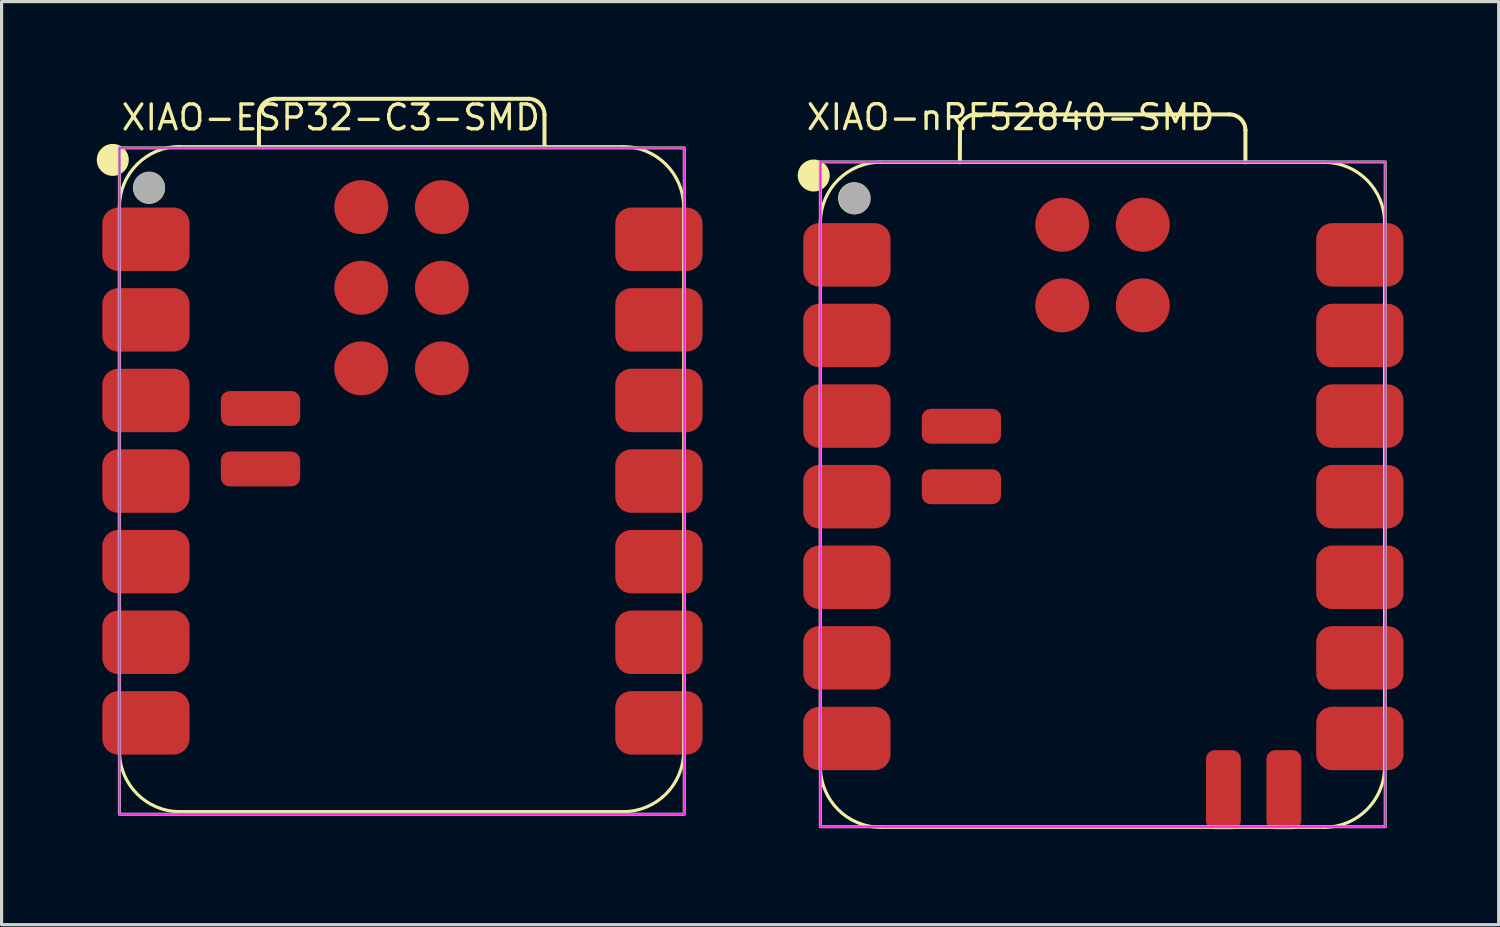
<source format=kicad_pcb>
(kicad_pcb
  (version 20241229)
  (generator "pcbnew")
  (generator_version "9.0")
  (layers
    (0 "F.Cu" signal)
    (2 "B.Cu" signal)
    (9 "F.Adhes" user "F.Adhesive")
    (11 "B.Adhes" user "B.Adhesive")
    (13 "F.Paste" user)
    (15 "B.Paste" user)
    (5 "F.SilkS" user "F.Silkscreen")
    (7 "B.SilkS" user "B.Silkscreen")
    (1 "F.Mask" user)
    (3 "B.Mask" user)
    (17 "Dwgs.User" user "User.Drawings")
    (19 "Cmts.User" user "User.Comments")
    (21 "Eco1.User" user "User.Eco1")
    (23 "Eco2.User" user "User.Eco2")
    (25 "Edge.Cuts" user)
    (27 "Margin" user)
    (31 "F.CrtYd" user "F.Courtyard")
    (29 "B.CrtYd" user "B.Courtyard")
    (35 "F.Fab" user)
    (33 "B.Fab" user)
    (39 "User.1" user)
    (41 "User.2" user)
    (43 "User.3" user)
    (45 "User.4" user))
  (footprint "XIAO-ESP32-C3-SMD"
    (layer "F.Cu")
    (at 9.549 12.07)
    (property "Reference" "XIAO-ESP32-C3-SMD" (at -8.835 -10.96 0) (layer "F.SilkS") (effects (font (size 0.782 0.782) (thickness 0.107)) (justify left bottom)))
    (fp_line (start -8.835 8.553) (end -8.835 -8.592) (stroke (width 0.1) (type solid)) (layer "F.SilkS"))
    (fp_line (start -6.93 10.458) (end 7.04 10.458) (stroke (width 0.1) (type solid)) (layer "F.SilkS"))
    (fp_line (start -4.44 -10.497) (end -4.436 -11.507) (stroke (width 0.127) (type solid)) (layer "F.SilkS"))
    (fp_line (start -3.936 -12.007) (end 4.059 -12.007) (stroke (width 0.127) (type solid)) (layer "F.SilkS"))
    (fp_line (start 4.559 -11.507) (end 4.559 -10.497) (stroke (width 0.127) (type solid)) (layer "F.SilkS"))
    (fp_line (start 7.04 -10.497) (end -6.93 -10.497) (stroke (width 0.1) (type solid)) (layer "F.SilkS"))
    (fp_line (start 8.945 8.553) (end 8.945 -8.592) (stroke (width 0.1) (type solid)) (layer "F.SilkS"))
    (fp_arc (start -8.835 -8.596) (mid -8.277038 -9.943038) (end -6.93 -10.501) (stroke (width 0.1) (type solid)) (layer "F.SilkS"))
    (fp_arc (start -6.93 10.458) (mid -8.277038 9.900038) (end -8.835 8.553) (stroke (width 0.1) (type solid)) (layer "F.SilkS"))
    (fp_arc (start -4.436272 -11.507272) (mid -4.289724 -11.860644) (end -3.936272 -12.007) (stroke (width 0.127) (type default)) (layer "F.SilkS"))
    (fp_arc (start 4.059 -12.007) (mid 4.412553 -11.860553) (end 4.559 -11.507) (stroke (width 0.127) (type default)) (layer "F.SilkS"))
    (fp_arc (start 7.04 -10.497) (mid 8.387038 -9.939038) (end 8.945 -8.592) (stroke (width 0.1) (type solid)) (layer "F.SilkS"))
    (fp_arc (start 8.945 8.553) (mid 8.387038 9.900038) (end 7.04 10.458) (stroke (width 0.1) (type solid)) (layer "F.SilkS"))
    (fp_circle (center -9.045 -10.081) (end -9.045 -10.335) (stroke (width 0.5) (type solid)) (fill yes) (layer "F.SilkS"))
    (fp_circle (center -7.902 -9.201) (end -7.902 -9.455) (stroke (width 0.5) (type solid)) (fill yes) (layer "F.SilkS"))
    (fp_rect (start 8.965 10.54) (end -8.835 -10.46) (stroke (width 0.05) (type default)) (fill no) (layer "F.CrtYd"))
    (fp_rect (start -8.835 -10.46) (end 8.965 10.54) (stroke (width 0.1) (type default)) (fill no) (layer "F.Fab"))
    (fp_circle (center -7.899 -9.207) (end -7.899 -9.461) (stroke (width 0.5) (type solid)) (fill no) (layer "F.Fab"))
    (pad "1" smd roundrect (at -8 -7.58) (size 2.75 2) (layers "F.Cu" "F.Mask" "F.Paste") (roundrect_rratio 0.25))
    (pad "2" smd roundrect (at -8 -5.04) (size 2.75 2) (layers "F.Cu" "F.Mask" "F.Paste") (roundrect_rratio 0.25))
    (pad "3" smd roundrect (at -8 -2.5) (size 2.75 2) (layers "F.Cu" "F.Mask" "F.Paste") (roundrect_rratio 0.25))
    (pad "4" smd roundrect (at -8 0.04) (size 2.75 2) (layers "F.Cu" "F.Mask" "F.Paste") (roundrect_rratio 0.25))
    (pad "5" smd roundrect (at -8 2.58) (size 2.75 2) (layers "F.Cu" "F.Mask" "F.Paste") (roundrect_rratio 0.25))
    (pad "6" smd roundrect (at -8 5.12) (size 2.75 2) (layers "F.Cu" "F.Mask" "F.Paste") (roundrect_rratio 0.25))
    (pad "7" smd roundrect (at -8 7.66) (size 2.75 2) (layers "F.Cu" "F.Mask" "F.Paste") (roundrect_rratio 0.25))
    (pad "8" smd roundrect (at 8.165 7.66) (size 2.75 2) (layers "F.Cu" "F.Mask" "F.Paste") (roundrect_rratio 0.25))
    (pad "9" smd roundrect (at 8.165 5.12) (size 2.75 2) (layers "F.Cu" "F.Mask" "F.Paste") (roundrect_rratio 0.25))
    (pad "10" smd roundrect (at 8.165 2.58) (size 2.75 2) (layers "F.Cu" "F.Mask" "F.Paste") (roundrect_rratio 0.25))
    (pad "11" smd roundrect (at 8.165 0.04) (size 2.75 2) (layers "F.Cu" "F.Mask" "F.Paste") (roundrect_rratio 0.25))
    (pad "12" smd roundrect (at 8.165 -2.5) (size 2.75 2) (layers "F.Cu" "F.Mask" "F.Paste") (roundrect_rratio 0.25))
    (pad "13" smd roundrect (at 8.165 -5.04) (size 2.75 2) (layers "F.Cu" "F.Mask" "F.Paste") (roundrect_rratio 0.25))
    (pad "14" smd roundrect (at 8.165 -7.58) (size 2.75 2) (layers "F.Cu" "F.Mask" "F.Paste") (roundrect_rratio 0.25))
    (pad "15" smd roundrect (at -4.39 -0.342 180) (size 2.5 1.1) (layers "F.Cu" "F.Mask" "F.Paste") (roundrect_rratio 0.25))
    (pad "16" smd roundrect (at -4.39 -2.247 180) (size 2.5 1.1) (layers "F.Cu" "F.Mask" "F.Paste") (roundrect_rratio 0.25))
    (pad "17" smd circle (at -1.215 -8.592) (size 1.7 1.7) (layers "F.Cu" "F.Mask" "F.Paste"))
    (pad "18" smd circle (at 1.325 -8.592) (size 1.7 1.7) (layers "F.Cu" "F.Mask" "F.Paste"))
    (pad "19" smd circle (at -1.215 -6.052) (size 1.7 1.7) (layers "F.Cu" "F.Mask" "F.Paste"))
    (pad "20" smd circle (at 1.325 -6.052) (size 1.7 1.7) (layers "F.Cu" "F.Mask" "F.Paste"))
    (pad "21" smd circle (at -1.215 -3.512) (size 1.7 1.7) (layers "F.Cu" "F.Mask" "F.Paste"))
    (pad "22" smd circle (at 1.325 -3.512) (size 1.7 1.7) (layers "F.Cu" "F.Mask" "F.Paste")))
  (footprint "XIAO-nRF52840-SMD"
    (layer "F.Cu")
    (at 31.748 12.602)
    (property "Reference" "XIAO-nRF52840-SMD" (at -9.445 -11.5 0) (layer "F.SilkS") (effects (font (size 0.782 0.782) (thickness 0.107)) (justify left bottom)))
    (fp_line (start -8.945 8.513) (end -8.945 -8.632) (stroke (width 0.1) (type solid)) (layer "F.SilkS"))
    (fp_line (start -7.04 10.418) (end 6.93 10.418) (stroke (width 0.1) (type solid)) (layer "F.SilkS"))
    (fp_line (start -4.55 -10.537) (end -4.546 -11.547) (stroke (width 0.127) (type solid)) (layer "F.SilkS"))
    (fp_line (start -4.046 -12.047) (end 3.949 -12.047) (stroke (width 0.127) (type solid)) (layer "F.SilkS"))
    (fp_line (start 4.449 -11.547) (end 4.449 -10.537) (stroke (width 0.127) (type solid)) (layer "F.SilkS"))
    (fp_line (start 6.93 -10.537) (end -7.04 -10.537) (stroke (width 0.1) (type solid)) (layer "F.SilkS"))
    (fp_line (start 8.835 8.513) (end 8.835 -8.632) (stroke (width 0.1) (type solid)) (layer "F.SilkS"))
    (fp_arc (start -8.945 -8.636) (mid -8.387038 -9.983038) (end -7.04 -10.541) (stroke (width 0.1) (type solid)) (layer "F.SilkS"))
    (fp_arc (start -7.04 10.418) (mid -8.387038 9.860038) (end -8.945 8.513) (stroke (width 0.1) (type solid)) (layer "F.SilkS"))
    (fp_arc (start -4.546272 -11.547272) (mid -4.399724 -11.900644) (end -4.046272 -12.047) (stroke (width 0.127) (type default)) (layer "F.SilkS"))
    (fp_arc (start 3.949 -12.047) (mid 4.302524 -11.900524) (end 4.449 -11.547) (stroke (width 0.127) (type default)) (layer "F.SilkS"))
    (fp_arc (start 6.93 -10.537) (mid 8.277024 -9.979024) (end 8.835 -8.632) (stroke (width 0.1) (type solid)) (layer "F.SilkS"))
    (fp_arc (start 8.835 8.513) (mid 8.277038 9.860038) (end 6.93 10.418) (stroke (width 0.1) (type solid)) (layer "F.SilkS"))
    (fp_circle (center -9.155 -10.121) (end -9.155 -10.375) (stroke (width 0.5) (type solid)) (fill yes) (layer "F.SilkS"))
    (fp_circle (center -7.881 -9.404) (end -7.881 -9.658) (stroke (width 0.5) (type solid)) (fill yes) (layer "F.SilkS"))
    (fp_rect (start -8.945 -10.55) (end 8.855 10.4) (stroke (width 0.05) (type default)) (fill no) (layer "F.CrtYd"))
    (fp_rect (start -8.945 -10.55) (end 8.855 10.4) (stroke (width 0.1) (type default)) (fill no) (layer "F.Fab"))
    (fp_circle (center -7.861 -9.4) (end -7.861 -9.654) (stroke (width 0.5) (type solid)) (fill no) (layer "F.Fab"))
    (pad "1" smd roundrect (at -8.11 -7.62) (size 2.75 2) (layers "F.Cu" "F.Mask" "F.Paste") (roundrect_rratio 0.25))
    (pad "2" smd roundrect (at -8.11 -5.08) (size 2.75 2) (layers "F.Cu" "F.Mask" "F.Paste") (roundrect_rratio 0.25))
    (pad "3" smd roundrect (at -8.11 -2.54) (size 2.75 2) (layers "F.Cu" "F.Mask" "F.Paste") (roundrect_rratio 0.25))
    (pad "4" smd roundrect (at -8.11 0) (size 2.75 2) (layers "F.Cu" "F.Mask" "F.Paste") (roundrect_rratio 0.25))
    (pad "5" smd roundrect (at -8.11 2.54) (size 2.75 2) (layers "F.Cu" "F.Mask" "F.Paste") (roundrect_rratio 0.25))
    (pad "6" smd roundrect (at -8.11 5.08) (size 2.75 2) (layers "F.Cu" "F.Mask" "F.Paste") (roundrect_rratio 0.25))
    (pad "7" smd roundrect (at -8.11 7.62) (size 2.75 2) (layers "F.Cu" "F.Mask" "F.Paste") (roundrect_rratio 0.25))
    (pad "8" smd roundrect (at 8.055 7.62) (size 2.75 2) (layers "F.Cu" "F.Mask" "F.Paste") (roundrect_rratio 0.25))
    (pad "9" smd roundrect (at 8.055 5.08) (size 2.75 2) (layers "F.Cu" "F.Mask" "F.Paste") (roundrect_rratio 0.25))
    (pad "10" smd roundrect (at 8.055 2.54) (size 2.75 2) (layers "F.Cu" "F.Mask" "F.Paste") (roundrect_rratio 0.25))
    (pad "11" smd roundrect (at 8.055 0) (size 2.75 2) (layers "F.Cu" "F.Mask" "F.Paste") (roundrect_rratio 0.25))
    (pad "12" smd roundrect (at 8.055 -2.54) (size 2.75 2) (layers "F.Cu" "F.Mask" "F.Paste") (roundrect_rratio 0.25))
    (pad "13" smd roundrect (at 8.055 -5.08) (size 2.75 2) (layers "F.Cu" "F.Mask" "F.Paste") (roundrect_rratio 0.25))
    (pad "14" smd roundrect (at 8.055 -7.62) (size 2.75 2) (layers "F.Cu" "F.Mask" "F.Paste") (roundrect_rratio 0.25))
    (pad "15" smd roundrect (at -4.5 -0.314 180) (size 2.5 1.1) (layers "F.Cu" "F.Mask" "F.Paste") (roundrect_rratio 0.25))
    (pad "16" smd roundrect (at -4.5 -2.219 180) (size 2.5 1.1) (layers "F.Cu" "F.Mask" "F.Paste") (roundrect_rratio 0.25))
    (pad "17" smd roundrect (at 3.755 9.237 270) (size 2.5 1.1) (layers "F.Cu" "F.Mask" "F.Paste") (roundrect_rratio 0.25))
    (pad "18" smd roundrect (at 5.66 9.237 270) (size 2.5 1.1) (layers "F.Cu" "F.Mask" "F.Paste") (roundrect_rratio 0.25))
    (pad "19" smd circle (at -1.325 -8.569) (size 1.7 1.7) (layers "F.Cu" "F.Mask" "F.Paste"))
    (pad "20" smd circle (at 1.215 -8.569) (size 1.7 1.7) (layers "F.Cu" "F.Mask" "F.Paste"))
    (pad "21" smd circle (at -1.325 -6.029) (size 1.7 1.7) (layers "F.Cu" "F.Mask" "F.Paste"))
    (pad "22" smd circle (at 1.215 -6.029) (size 1.7 1.7) (layers "F.Cu" "F.Mask" "F.Paste")))
  (gr_rect
    (start -3 -3)
    (end 44.178 26.089)
    (stroke (width 0.1) (type default))
    (fill no)
    (layer "Edge.Cuts")))
</source>
